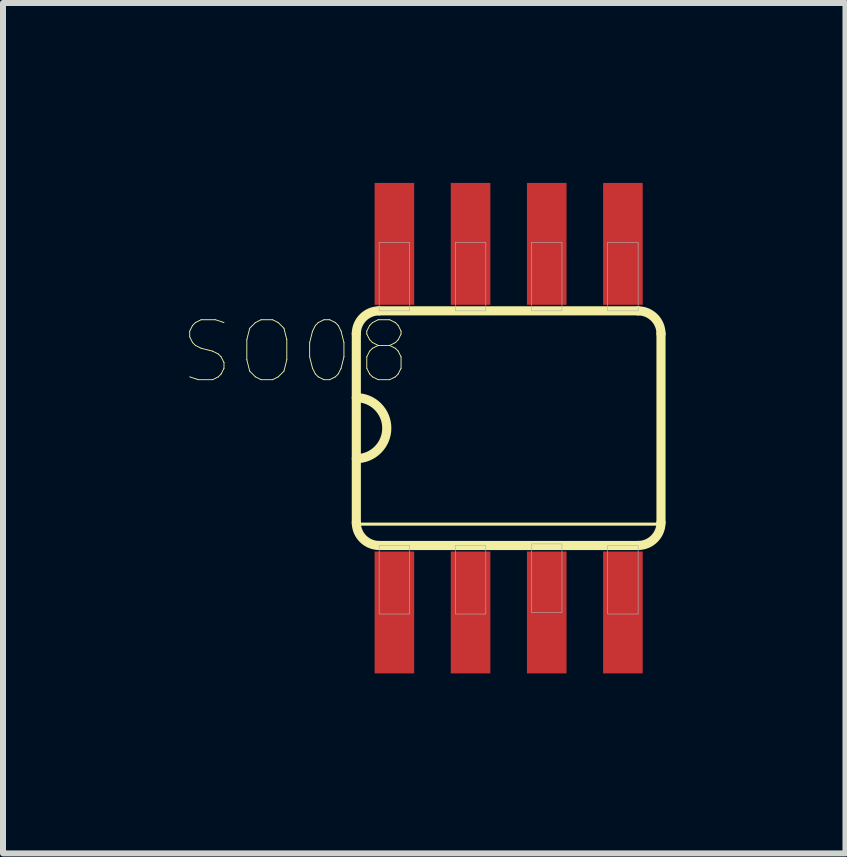
<source format=kicad_pcb>
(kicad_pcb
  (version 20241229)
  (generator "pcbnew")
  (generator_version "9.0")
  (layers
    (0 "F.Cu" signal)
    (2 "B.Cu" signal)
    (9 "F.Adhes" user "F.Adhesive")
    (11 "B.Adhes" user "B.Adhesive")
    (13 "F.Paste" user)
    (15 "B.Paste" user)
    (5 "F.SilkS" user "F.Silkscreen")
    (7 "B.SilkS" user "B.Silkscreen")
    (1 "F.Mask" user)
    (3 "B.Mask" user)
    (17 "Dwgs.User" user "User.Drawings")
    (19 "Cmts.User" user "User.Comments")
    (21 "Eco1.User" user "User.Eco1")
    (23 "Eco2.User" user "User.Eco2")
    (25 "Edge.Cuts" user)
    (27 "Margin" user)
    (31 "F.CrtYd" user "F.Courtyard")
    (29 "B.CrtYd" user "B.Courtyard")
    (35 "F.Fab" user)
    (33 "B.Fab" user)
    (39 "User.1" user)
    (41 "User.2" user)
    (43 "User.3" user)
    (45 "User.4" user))
  (footprint "SO08"
    (layer "F.Cu")
    (at 5.431 4.089)
    (property "Reference" "SO08" (at -3.556 -1.27 180) (layer "F.SilkS") (effects (font (size 1 1) (thickness 0.015))))
    (attr through_hole)
    (fp_line (start -2.54 -1.575) (end -2.54 1.575) (stroke (width 0.152) (type solid)) (layer "F.SilkS"))
    (fp_line (start -2.54 1.6) (end 2.54 1.6) (stroke (width 0.051) (type solid)) (layer "F.SilkS"))
    (fp_line (start -2.159 1.956) (end 2.159 1.956) (stroke (width 0.152) (type solid)) (layer "F.SilkS"))
    (fp_line (start 2.159 -1.956) (end -2.159 -1.956) (stroke (width 0.152) (type solid)) (layer "F.SilkS"))
    (fp_line (start 2.54 1.575) (end 2.54 -1.575) (stroke (width 0.152) (type solid)) (layer "F.SilkS"))
    (fp_arc (start -2.54 -1.5748) (mid -2.428408 -1.844208) (end -2.159 -1.9558) (stroke (width 0.1524) (type solid)) (layer "F.SilkS"))
    (fp_arc (start -2.54 -0.508) (mid -2.032 0) (end -2.54 0.508) (stroke (width 0.1524) (type solid)) (layer "F.SilkS"))
    (fp_arc (start -2.159 1.9558) (mid -2.428408 1.844208) (end -2.54 1.5748) (stroke (width 0.1524) (type solid)) (layer "F.SilkS"))
    (fp_arc (start 2.159 -1.9558) (mid 2.428408 -1.844208) (end 2.54 -1.5748) (stroke (width 0.1524) (type solid)) (layer "F.SilkS"))
    (fp_arc (start 2.54 1.5748) (mid 2.428408 1.844208) (end 2.159 1.9558) (stroke (width 0.1524) (type solid)) (layer "F.SilkS"))
    (fp_poly (pts (xy -2.159 -3.099) (xy -1.651 -3.099) (xy -1.651 -1.956) (xy -2.159 -1.956)) (stroke (width 0.01) (type solid)) (fill no) (layer "F.Fab"))
    (fp_poly (pts (xy -2.159 1.956) (xy -1.651 1.956) (xy -1.651 3.099) (xy -2.159 3.099)) (stroke (width 0.01) (type solid)) (fill no) (layer "F.Fab"))
    (fp_poly (pts (xy -0.889 -3.099) (xy -0.381 -3.099) (xy -0.381 -1.956) (xy -0.889 -1.956)) (stroke (width 0.01) (type solid)) (fill no) (layer "F.Fab"))
    (fp_poly (pts (xy -0.889 1.956) (xy -0.381 1.956) (xy -0.381 3.099) (xy -0.889 3.099)) (stroke (width 0.01) (type solid)) (fill no) (layer "F.Fab"))
    (fp_poly (pts (xy 0.381 -3.099) (xy 0.889 -3.099) (xy 0.889 -1.956) (xy 0.381 -1.956)) (stroke (width 0.01) (type solid)) (fill no) (layer "F.Fab"))
    (fp_poly (pts (xy 0.381 1.93) (xy 0.889 1.93) (xy 0.889 3.073) (xy 0.381 3.073)) (stroke (width 0.01) (type solid)) (fill no) (layer "F.Fab"))
    (fp_poly (pts (xy 1.651 -3.099) (xy 2.159 -3.099) (xy 2.159 -1.956) (xy 1.651 -1.956)) (stroke (width 0.01) (type solid)) (fill no) (layer "F.Fab"))
    (fp_poly (pts (xy 1.651 1.956) (xy 2.159 1.956) (xy 2.159 3.099) (xy 1.651 3.099)) (stroke (width 0.01) (type solid)) (fill no) (layer "F.Fab"))
    (pad "1" smd rect (at -1.905 3.073) (size 0.66 2.032) (layers "F.Cu" "F.Mask" "F.Paste"))
    (pad "2" smd rect (at -0.635 3.073) (size 0.66 2.032) (layers "F.Cu" "F.Mask" "F.Paste"))
    (pad "3" smd rect (at 0.635 3.073) (size 0.66 2.032) (layers "F.Cu" "F.Mask" "F.Paste"))
    (pad "4" smd rect (at 1.905 3.073) (size 0.66 2.032) (layers "F.Cu" "F.Mask" "F.Paste"))
    (pad "5" smd rect (at 1.905 -3.073) (size 0.66 2.032) (layers "F.Cu" "F.Mask" "F.Paste"))
    (pad "6" smd rect (at 0.635 -3.073) (size 0.66 2.032) (layers "F.Cu" "F.Mask" "F.Paste"))
    (pad "7" smd rect (at -0.635 -3.073) (size 0.66 2.032) (layers "F.Cu" "F.Mask" "F.Paste"))
    (pad "8" smd rect (at -1.905 -3.073) (size 0.66 2.032) (layers "F.Cu" "F.Mask" "F.Paste")))
  (gr_rect
    (start -3 -3)
    (end 11.047 11.179)
    (stroke (width 0.1) (type default))
    (fill no)
    (layer "Edge.Cuts")))
</source>
